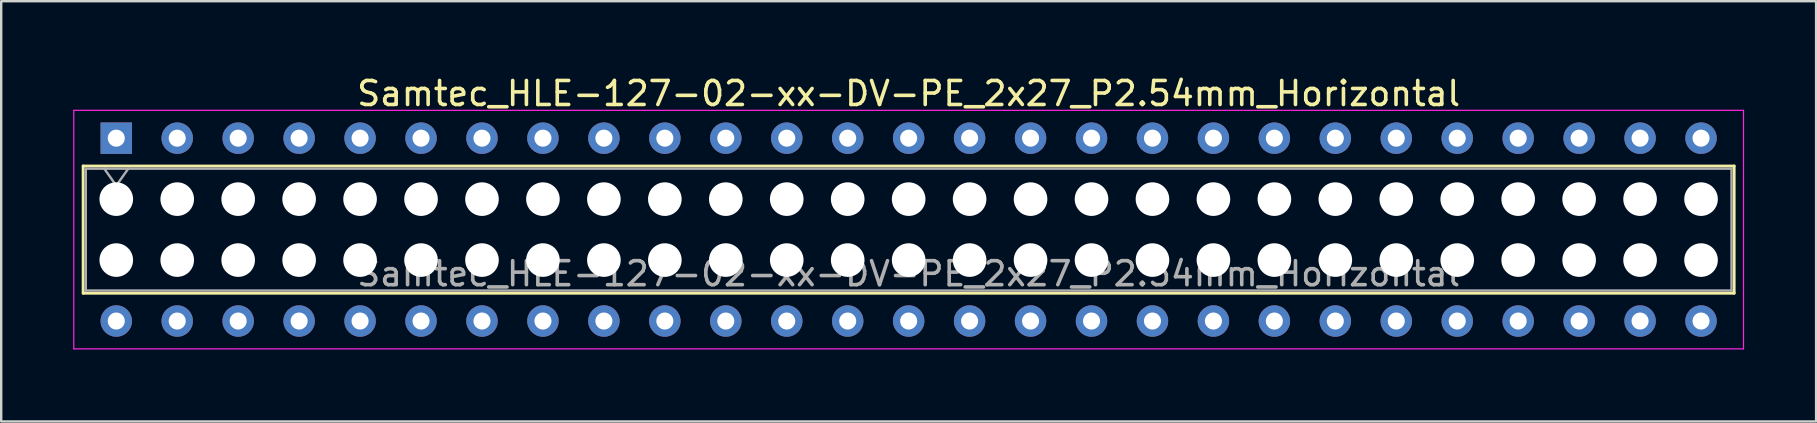
<source format=kicad_pcb>
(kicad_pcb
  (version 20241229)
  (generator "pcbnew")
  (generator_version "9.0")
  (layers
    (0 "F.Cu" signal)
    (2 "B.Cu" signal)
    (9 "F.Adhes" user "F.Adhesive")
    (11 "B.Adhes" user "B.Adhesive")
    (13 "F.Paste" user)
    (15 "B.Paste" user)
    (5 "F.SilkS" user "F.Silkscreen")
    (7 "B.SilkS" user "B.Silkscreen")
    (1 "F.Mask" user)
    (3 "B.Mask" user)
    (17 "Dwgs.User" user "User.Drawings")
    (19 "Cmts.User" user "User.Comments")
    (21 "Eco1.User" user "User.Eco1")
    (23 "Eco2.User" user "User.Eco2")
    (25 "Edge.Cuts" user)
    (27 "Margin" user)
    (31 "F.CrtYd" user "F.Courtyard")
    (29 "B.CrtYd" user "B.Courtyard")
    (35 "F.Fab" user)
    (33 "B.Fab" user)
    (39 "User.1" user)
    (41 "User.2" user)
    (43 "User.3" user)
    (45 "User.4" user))
  (footprint "Samtec_HLE-127-02-xx-DV-PE_2x27_P2.54mm_Horizontal"
    (layer "F.Cu")
    (at 1.795 2.708)
    (property "Reference" "Samtec_HLE-127-02-xx-DV-PE_2x27_P2.54mm_Horizontal" (at 33.02 -1.86 0) (layer "F.SilkS") (effects (font (size 1 1) (thickness 0.15))))
    (attr through_hole)
    (fp_line (start -1.38 1.16) (end 67.42 1.16) (stroke (width 0.12) (type solid)) (layer "F.SilkS"))
    (fp_line (start -1.38 6.46) (end -1.38 1.16) (stroke (width 0.12) (type solid)) (layer "F.SilkS"))
    (fp_line (start 67.42 1.16) (end 67.42 6.46) (stroke (width 0.12) (type solid)) (layer "F.SilkS"))
    (fp_line (start 67.42 6.46) (end -1.38 6.46) (stroke (width 0.12) (type solid)) (layer "F.SilkS"))
    (fp_line (start -1.77 -1.16) (end 67.81 -1.16) (stroke (width 0.05) (type solid)) (layer "F.CrtYd"))
    (fp_line (start -1.77 8.78) (end -1.77 -1.16) (stroke (width 0.05) (type solid)) (layer "F.CrtYd"))
    (fp_line (start 67.81 -1.16) (end 67.81 8.78) (stroke (width 0.05) (type solid)) (layer "F.CrtYd"))
    (fp_line (start 67.81 8.78) (end -1.77 8.78) (stroke (width 0.05) (type solid)) (layer "F.CrtYd"))
    (fp_line (start -1.27 1.27) (end 67.31 1.27) (stroke (width 0.1) (type solid)) (layer "F.Fab"))
    (fp_line (start -1.27 6.35) (end -1.27 1.27) (stroke (width 0.1) (type solid)) (layer "F.Fab"))
    (fp_line (start -0.5 1.27) (end 0 1.977) (stroke (width 0.1) (type solid)) (layer "F.Fab"))
    (fp_line (start 0 1.977) (end 0.5 1.27) (stroke (width 0.1) (type solid)) (layer "F.Fab"))
    (fp_line (start 67.31 1.27) (end 67.31 6.35) (stroke (width 0.1) (type solid)) (layer "F.Fab"))
    (fp_line (start 67.31 6.35) (end -1.27 6.35) (stroke (width 0.1) (type solid)) (layer "F.Fab"))
    (fp_text user "${REFERENCE}" (at 33.02 5.65 0) (layer "F.Fab") (effects (font (size 1 1) (thickness 0.15))))
    (pad "" np_thru_hole circle (at 0 2.54) (size 1.4 1.4) (drill 1.4) (layers "*.Cu" "*.Mask"))
    (pad "" np_thru_hole circle (at 0 5.08) (size 1.4 1.4) (drill 1.4) (layers "*.Cu" "*.Mask"))
    (pad "" np_thru_hole circle (at 2.54 2.54) (size 1.4 1.4) (drill 1.4) (layers "*.Cu" "*.Mask"))
    (pad "" np_thru_hole circle (at 2.54 5.08) (size 1.4 1.4) (drill 1.4) (layers "*.Cu" "*.Mask"))
    (pad "" np_thru_hole circle (at 5.08 2.54) (size 1.4 1.4) (drill 1.4) (layers "*.Cu" "*.Mask"))
    (pad "" np_thru_hole circle (at 5.08 5.08) (size 1.4 1.4) (drill 1.4) (layers "*.Cu" "*.Mask"))
    (pad "" np_thru_hole circle (at 7.62 2.54) (size 1.4 1.4) (drill 1.4) (layers "*.Cu" "*.Mask"))
    (pad "" np_thru_hole circle (at 7.62 5.08) (size 1.4 1.4) (drill 1.4) (layers "*.Cu" "*.Mask"))
    (pad "" np_thru_hole circle (at 10.16 2.54) (size 1.4 1.4) (drill 1.4) (layers "*.Cu" "*.Mask"))
    (pad "" np_thru_hole circle (at 10.16 5.08) (size 1.4 1.4) (drill 1.4) (layers "*.Cu" "*.Mask"))
    (pad "" np_thru_hole circle (at 12.7 2.54) (size 1.4 1.4) (drill 1.4) (layers "*.Cu" "*.Mask"))
    (pad "" np_thru_hole circle (at 12.7 5.08) (size 1.4 1.4) (drill 1.4) (layers "*.Cu" "*.Mask"))
    (pad "" np_thru_hole circle (at 15.24 2.54) (size 1.4 1.4) (drill 1.4) (layers "*.Cu" "*.Mask"))
    (pad "" np_thru_hole circle (at 15.24 5.08) (size 1.4 1.4) (drill 1.4) (layers "*.Cu" "*.Mask"))
    (pad "" np_thru_hole circle (at 17.78 2.54) (size 1.4 1.4) (drill 1.4) (layers "*.Cu" "*.Mask"))
    (pad "" np_thru_hole circle (at 17.78 5.08) (size 1.4 1.4) (drill 1.4) (layers "*.Cu" "*.Mask"))
    (pad "" np_thru_hole circle (at 20.32 2.54) (size 1.4 1.4) (drill 1.4) (layers "*.Cu" "*.Mask"))
    (pad "" np_thru_hole circle (at 20.32 5.08) (size 1.4 1.4) (drill 1.4) (layers "*.Cu" "*.Mask"))
    (pad "" np_thru_hole circle (at 22.86 2.54) (size 1.4 1.4) (drill 1.4) (layers "*.Cu" "*.Mask"))
    (pad "" np_thru_hole circle (at 22.86 5.08) (size 1.4 1.4) (drill 1.4) (layers "*.Cu" "*.Mask"))
    (pad "" np_thru_hole circle (at 25.4 2.54) (size 1.4 1.4) (drill 1.4) (layers "*.Cu" "*.Mask"))
    (pad "" np_thru_hole circle (at 25.4 5.08) (size 1.4 1.4) (drill 1.4) (layers "*.Cu" "*.Mask"))
    (pad "" np_thru_hole circle (at 27.94 2.54) (size 1.4 1.4) (drill 1.4) (layers "*.Cu" "*.Mask"))
    (pad "" np_thru_hole circle (at 27.94 5.08) (size 1.4 1.4) (drill 1.4) (layers "*.Cu" "*.Mask"))
    (pad "" np_thru_hole circle (at 30.48 2.54) (size 1.4 1.4) (drill 1.4) (layers "*.Cu" "*.Mask"))
    (pad "" np_thru_hole circle (at 30.48 5.08) (size 1.4 1.4) (drill 1.4) (layers "*.Cu" "*.Mask"))
    (pad "" np_thru_hole circle (at 33.02 2.54) (size 1.4 1.4) (drill 1.4) (layers "*.Cu" "*.Mask"))
    (pad "" np_thru_hole circle (at 33.02 5.08) (size 1.4 1.4) (drill 1.4) (layers "*.Cu" "*.Mask"))
    (pad "" np_thru_hole circle (at 35.56 2.54) (size 1.4 1.4) (drill 1.4) (layers "*.Cu" "*.Mask"))
    (pad "" np_thru_hole circle (at 35.56 5.08) (size 1.4 1.4) (drill 1.4) (layers "*.Cu" "*.Mask"))
    (pad "" np_thru_hole circle (at 38.1 2.54) (size 1.4 1.4) (drill 1.4) (layers "*.Cu" "*.Mask"))
    (pad "" np_thru_hole circle (at 38.1 5.08) (size 1.4 1.4) (drill 1.4) (layers "*.Cu" "*.Mask"))
    (pad "" np_thru_hole circle (at 40.64 2.54) (size 1.4 1.4) (drill 1.4) (layers "*.Cu" "*.Mask"))
    (pad "" np_thru_hole circle (at 40.64 5.08) (size 1.4 1.4) (drill 1.4) (layers "*.Cu" "*.Mask"))
    (pad "" np_thru_hole circle (at 43.18 2.54) (size 1.4 1.4) (drill 1.4) (layers "*.Cu" "*.Mask"))
    (pad "" np_thru_hole circle (at 43.18 5.08) (size 1.4 1.4) (drill 1.4) (layers "*.Cu" "*.Mask"))
    (pad "" np_thru_hole circle (at 45.72 2.54) (size 1.4 1.4) (drill 1.4) (layers "*.Cu" "*.Mask"))
    (pad "" np_thru_hole circle (at 45.72 5.08) (size 1.4 1.4) (drill 1.4) (layers "*.Cu" "*.Mask"))
    (pad "" np_thru_hole circle (at 48.26 2.54) (size 1.4 1.4) (drill 1.4) (layers "*.Cu" "*.Mask"))
    (pad "" np_thru_hole circle (at 48.26 5.08) (size 1.4 1.4) (drill 1.4) (layers "*.Cu" "*.Mask"))
    (pad "" np_thru_hole circle (at 50.8 2.54) (size 1.4 1.4) (drill 1.4) (layers "*.Cu" "*.Mask"))
    (pad "" np_thru_hole circle (at 50.8 5.08) (size 1.4 1.4) (drill 1.4) (layers "*.Cu" "*.Mask"))
    (pad "" np_thru_hole circle (at 53.34 2.54) (size 1.4 1.4) (drill 1.4) (layers "*.Cu" "*.Mask"))
    (pad "" np_thru_hole circle (at 53.34 5.08) (size 1.4 1.4) (drill 1.4) (layers "*.Cu" "*.Mask"))
    (pad "" np_thru_hole circle (at 55.88 2.54) (size 1.4 1.4) (drill 1.4) (layers "*.Cu" "*.Mask"))
    (pad "" np_thru_hole circle (at 55.88 5.08) (size 1.4 1.4) (drill 1.4) (layers "*.Cu" "*.Mask"))
    (pad "" np_thru_hole circle (at 58.42 2.54) (size 1.4 1.4) (drill 1.4) (layers "*.Cu" "*.Mask"))
    (pad "" np_thru_hole circle (at 58.42 5.08) (size 1.4 1.4) (drill 1.4) (layers "*.Cu" "*.Mask"))
    (pad "" np_thru_hole circle (at 60.96 2.54) (size 1.4 1.4) (drill 1.4) (layers "*.Cu" "*.Mask"))
    (pad "" np_thru_hole circle (at 60.96 5.08) (size 1.4 1.4) (drill 1.4) (layers "*.Cu" "*.Mask"))
    (pad "" np_thru_hole circle (at 63.5 2.54) (size 1.4 1.4) (drill 1.4) (layers "*.Cu" "*.Mask"))
    (pad "" np_thru_hole circle (at 63.5 5.08) (size 1.4 1.4) (drill 1.4) (layers "*.Cu" "*.Mask"))
    (pad "" np_thru_hole circle (at 66.04 2.54) (size 1.4 1.4) (drill 1.4) (layers "*.Cu" "*.Mask"))
    (pad "" np_thru_hole circle (at 66.04 5.08) (size 1.4 1.4) (drill 1.4) (layers "*.Cu" "*.Mask"))
    (pad "1" thru_hole rect (at 0 0) (size 1.31 1.31) (drill 0.71) (layers "*.Cu" "*.Mask"))
    (pad "2" thru_hole circle (at 0 7.62) (size 1.31 1.31) (drill 0.71) (layers "*.Cu" "*.Mask"))
    (pad "3" thru_hole circle (at 2.54 0) (size 1.31 1.31) (drill 0.71) (layers "*.Cu" "*.Mask"))
    (pad "4" thru_hole circle (at 2.54 7.62) (size 1.31 1.31) (drill 0.71) (layers "*.Cu" "*.Mask"))
    (pad "5" thru_hole circle (at 5.08 0) (size 1.31 1.31) (drill 0.71) (layers "*.Cu" "*.Mask"))
    (pad "6" thru_hole circle (at 5.08 7.62) (size 1.31 1.31) (drill 0.71) (layers "*.Cu" "*.Mask"))
    (pad "7" thru_hole circle (at 7.62 0) (size 1.31 1.31) (drill 0.71) (layers "*.Cu" "*.Mask"))
    (pad "8" thru_hole circle (at 7.62 7.62) (size 1.31 1.31) (drill 0.71) (layers "*.Cu" "*.Mask"))
    (pad "9" thru_hole circle (at 10.16 0) (size 1.31 1.31) (drill 0.71) (layers "*.Cu" "*.Mask"))
    (pad "10" thru_hole circle (at 10.16 7.62) (size 1.31 1.31) (drill 0.71) (layers "*.Cu" "*.Mask"))
    (pad "11" thru_hole circle (at 12.7 0) (size 1.31 1.31) (drill 0.71) (layers "*.Cu" "*.Mask"))
    (pad "12" thru_hole circle (at 12.7 7.62) (size 1.31 1.31) (drill 0.71) (layers "*.Cu" "*.Mask"))
    (pad "13" thru_hole circle (at 15.24 0) (size 1.31 1.31) (drill 0.71) (layers "*.Cu" "*.Mask"))
    (pad "14" thru_hole circle (at 15.24 7.62) (size 1.31 1.31) (drill 0.71) (layers "*.Cu" "*.Mask"))
    (pad "15" thru_hole circle (at 17.78 0) (size 1.31 1.31) (drill 0.71) (layers "*.Cu" "*.Mask"))
    (pad "16" thru_hole circle (at 17.78 7.62) (size 1.31 1.31) (drill 0.71) (layers "*.Cu" "*.Mask"))
    (pad "17" thru_hole circle (at 20.32 0) (size 1.31 1.31) (drill 0.71) (layers "*.Cu" "*.Mask"))
    (pad "18" thru_hole circle (at 20.32 7.62) (size 1.31 1.31) (drill 0.71) (layers "*.Cu" "*.Mask"))
    (pad "19" thru_hole circle (at 22.86 0) (size 1.31 1.31) (drill 0.71) (layers "*.Cu" "*.Mask"))
    (pad "20" thru_hole circle (at 22.86 7.62) (size 1.31 1.31) (drill 0.71) (layers "*.Cu" "*.Mask"))
    (pad "21" thru_hole circle (at 25.4 0) (size 1.31 1.31) (drill 0.71) (layers "*.Cu" "*.Mask"))
    (pad "22" thru_hole circle (at 25.4 7.62) (size 1.31 1.31) (drill 0.71) (layers "*.Cu" "*.Mask"))
    (pad "23" thru_hole circle (at 27.94 0) (size 1.31 1.31) (drill 0.71) (layers "*.Cu" "*.Mask"))
    (pad "24" thru_hole circle (at 27.94 7.62) (size 1.31 1.31) (drill 0.71) (layers "*.Cu" "*.Mask"))
    (pad "25" thru_hole circle (at 30.48 0) (size 1.31 1.31) (drill 0.71) (layers "*.Cu" "*.Mask"))
    (pad "26" thru_hole circle (at 30.48 7.62) (size 1.31 1.31) (drill 0.71) (layers "*.Cu" "*.Mask"))
    (pad "27" thru_hole circle (at 33.02 0) (size 1.31 1.31) (drill 0.71) (layers "*.Cu" "*.Mask"))
    (pad "28" thru_hole circle (at 33.02 7.62) (size 1.31 1.31) (drill 0.71) (layers "*.Cu" "*.Mask"))
    (pad "29" thru_hole circle (at 35.56 0) (size 1.31 1.31) (drill 0.71) (layers "*.Cu" "*.Mask"))
    (pad "30" thru_hole circle (at 35.56 7.62) (size 1.31 1.31) (drill 0.71) (layers "*.Cu" "*.Mask"))
    (pad "31" thru_hole circle (at 38.1 0) (size 1.31 1.31) (drill 0.71) (layers "*.Cu" "*.Mask"))
    (pad "32" thru_hole circle (at 38.1 7.62) (size 1.31 1.31) (drill 0.71) (layers "*.Cu" "*.Mask"))
    (pad "33" thru_hole circle (at 40.64 0) (size 1.31 1.31) (drill 0.71) (layers "*.Cu" "*.Mask"))
    (pad "34" thru_hole circle (at 40.64 7.62) (size 1.31 1.31) (drill 0.71) (layers "*.Cu" "*.Mask"))
    (pad "35" thru_hole circle (at 43.18 0) (size 1.31 1.31) (drill 0.71) (layers "*.Cu" "*.Mask"))
    (pad "36" thru_hole circle (at 43.18 7.62) (size 1.31 1.31) (drill 0.71) (layers "*.Cu" "*.Mask"))
    (pad "37" thru_hole circle (at 45.72 0) (size 1.31 1.31) (drill 0.71) (layers "*.Cu" "*.Mask"))
    (pad "38" thru_hole circle (at 45.72 7.62) (size 1.31 1.31) (drill 0.71) (layers "*.Cu" "*.Mask"))
    (pad "39" thru_hole circle (at 48.26 0) (size 1.31 1.31) (drill 0.71) (layers "*.Cu" "*.Mask"))
    (pad "40" thru_hole circle (at 48.26 7.62) (size 1.31 1.31) (drill 0.71) (layers "*.Cu" "*.Mask"))
    (pad "41" thru_hole circle (at 50.8 0) (size 1.31 1.31) (drill 0.71) (layers "*.Cu" "*.Mask"))
    (pad "42" thru_hole circle (at 50.8 7.62) (size 1.31 1.31) (drill 0.71) (layers "*.Cu" "*.Mask"))
    (pad "43" thru_hole circle (at 53.34 0) (size 1.31 1.31) (drill 0.71) (layers "*.Cu" "*.Mask"))
    (pad "44" thru_hole circle (at 53.34 7.62) (size 1.31 1.31) (drill 0.71) (layers "*.Cu" "*.Mask"))
    (pad "45" thru_hole circle (at 55.88 0) (size 1.31 1.31) (drill 0.71) (layers "*.Cu" "*.Mask"))
    (pad "46" thru_hole circle (at 55.88 7.62) (size 1.31 1.31) (drill 0.71) (layers "*.Cu" "*.Mask"))
    (pad "47" thru_hole circle (at 58.42 0) (size 1.31 1.31) (drill 0.71) (layers "*.Cu" "*.Mask"))
    (pad "48" thru_hole circle (at 58.42 7.62) (size 1.31 1.31) (drill 0.71) (layers "*.Cu" "*.Mask"))
    (pad "49" thru_hole circle (at 60.96 0) (size 1.31 1.31) (drill 0.71) (layers "*.Cu" "*.Mask"))
    (pad "50" thru_hole circle (at 60.96 7.62) (size 1.31 1.31) (drill 0.71) (layers "*.Cu" "*.Mask"))
    (pad "51" thru_hole circle (at 63.5 0) (size 1.31 1.31) (drill 0.71) (layers "*.Cu" "*.Mask"))
    (pad "52" thru_hole circle (at 63.5 7.62) (size 1.31 1.31) (drill 0.71) (layers "*.Cu" "*.Mask"))
    (pad "53" thru_hole circle (at 66.04 0) (size 1.31 1.31) (drill 0.71) (layers "*.Cu" "*.Mask"))
    (pad "54" thru_hole circle (at 66.04 7.62) (size 1.31 1.31) (drill 0.71) (layers "*.Cu" "*.Mask")))
  (gr_rect
    (start -3 -3)
    (end 72.63 14.513)
    (stroke (width 0.1) (type default))
    (fill no)
    (layer "Edge.Cuts")))
</source>
